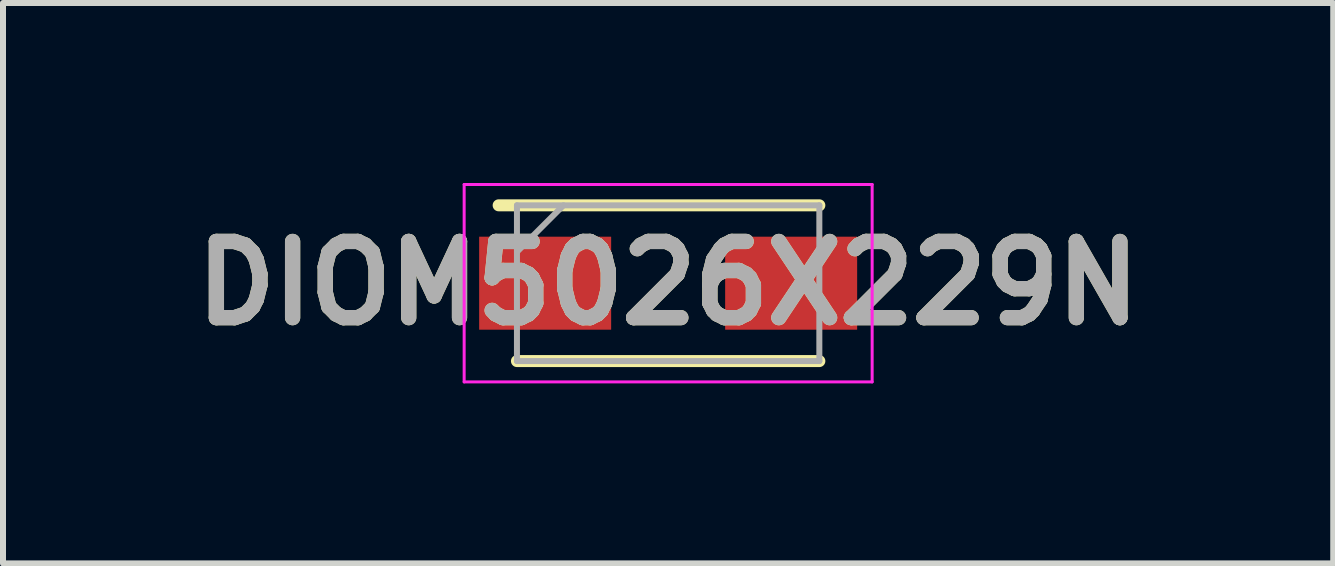
<source format=kicad_pcb>
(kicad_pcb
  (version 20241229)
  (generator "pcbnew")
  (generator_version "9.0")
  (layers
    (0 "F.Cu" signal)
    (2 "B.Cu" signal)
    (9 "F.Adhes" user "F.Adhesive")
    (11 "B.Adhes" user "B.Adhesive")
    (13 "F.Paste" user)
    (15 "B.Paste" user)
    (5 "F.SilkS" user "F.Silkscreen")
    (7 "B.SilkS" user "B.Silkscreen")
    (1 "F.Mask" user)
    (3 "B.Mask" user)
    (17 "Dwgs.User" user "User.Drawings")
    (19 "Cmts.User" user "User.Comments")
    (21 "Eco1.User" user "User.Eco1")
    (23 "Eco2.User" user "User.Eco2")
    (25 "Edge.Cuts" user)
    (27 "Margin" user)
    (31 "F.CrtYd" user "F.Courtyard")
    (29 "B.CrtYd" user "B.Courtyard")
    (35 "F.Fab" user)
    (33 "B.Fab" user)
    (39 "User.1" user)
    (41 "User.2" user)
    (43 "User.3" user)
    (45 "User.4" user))
  (footprint "DIOM5026X229N"
    (layer "F.Cu")
    (at 8.086 1.67)
    (property "Reference" "DIOM5026X229N" (at 0 0 0) (layer "F.SilkS") (effects (font (size 1.27 1.27) (thickness 0.254))))
    (attr smd)
    (fp_line (start -2.52 1.298) (end 2.52 1.298) (stroke (width 0.2) (type solid)) (layer "F.SilkS"))
    (fp_line (start 2.52 -1.298) (end -2.825 -1.298) (stroke (width 0.2) (type solid)) (layer "F.SilkS"))
    (fp_line (start -3.4 -1.645) (end 3.4 -1.645) (stroke (width 0.05) (type solid)) (layer "F.CrtYd"))
    (fp_line (start -3.4 1.645) (end -3.4 -1.645) (stroke (width 0.05) (type solid)) (layer "F.CrtYd"))
    (fp_line (start 3.4 -1.645) (end 3.4 1.645) (stroke (width 0.05) (type solid)) (layer "F.CrtYd"))
    (fp_line (start 3.4 1.645) (end -3.4 1.645) (stroke (width 0.05) (type solid)) (layer "F.CrtYd"))
    (fp_line (start -2.52 -1.298) (end 2.52 -1.298) (stroke (width 0.1) (type solid)) (layer "F.Fab"))
    (fp_line (start -2.52 -0.522) (end -1.745 -1.298) (stroke (width 0.1) (type solid)) (layer "F.Fab"))
    (fp_line (start -2.52 1.298) (end -2.52 -1.298) (stroke (width 0.1) (type solid)) (layer "F.Fab"))
    (fp_line (start 2.52 -1.298) (end 2.52 1.298) (stroke (width 0.1) (type solid)) (layer "F.Fab"))
    (fp_line (start 2.52 1.298) (end -2.52 1.298) (stroke (width 0.1) (type solid)) (layer "F.Fab"))
    (fp_text user "${REFERENCE}" (at 0 0 0) (layer "F.Fab") (effects (font (size 1.27 1.27) (thickness 0.254))))
    (pad "1" smd rect (at -2.05 0 90) (size 1.55 2.2) (layers "F.Cu" "F.Mask" "F.Paste"))
    (pad "2" smd rect (at 2.05 0 90) (size 1.55 2.2) (layers "F.Cu" "F.Mask" "F.Paste")))
  (gr_rect
    (start -3 -3)
    (end 19.171 6.34)
    (stroke (width 0.1) (type default))
    (fill no)
    (layer "Edge.Cuts")))
</source>
